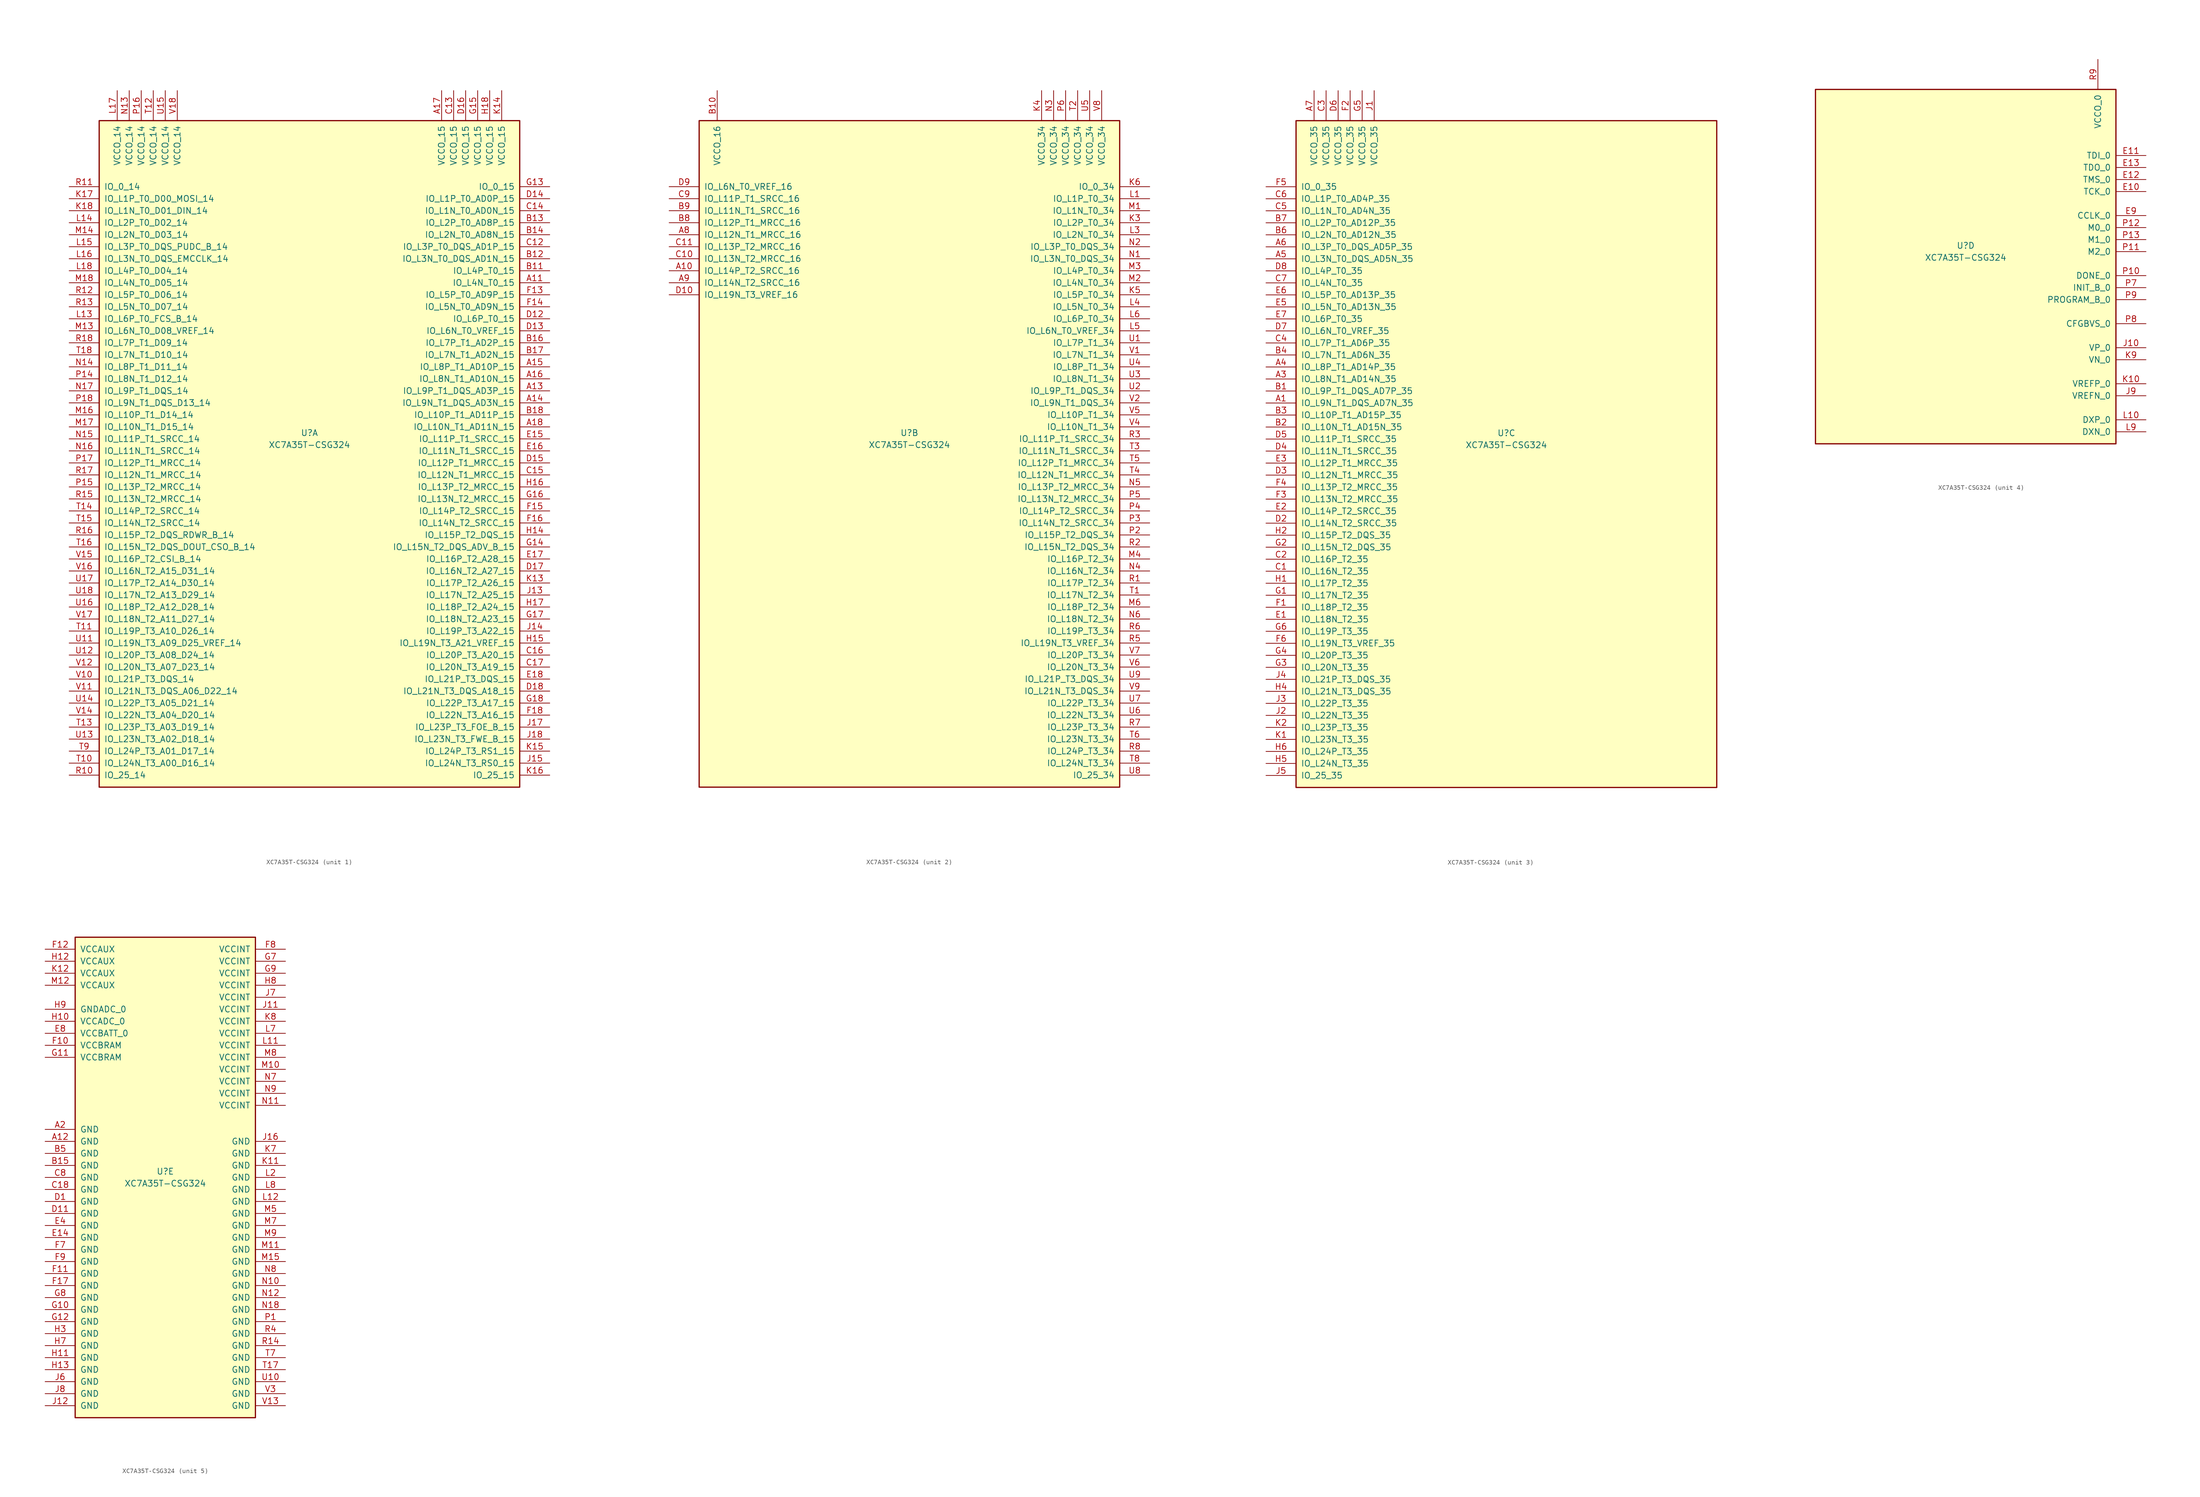
<source format=kicad_sym>
(kicad_symbol_lib
  (version 20211014)
  (generator kicad_symbol_editor)
  (symbol "XC7A35T-CSG324"
    (pin_names
      (offset 1.016))
    (property "Reference" "U"
      (at 0 1.27 0)
      (effects (font (size 1.27 1.27))))
    (property "Value" "XC7A35T-CSG324"
      (at 0 -1.27 0)
      (effects (font (size 1.27 1.27))))
    (property "Datasheet" ""
      (at 0 0 0)
      (effects (font (size 1.27 1.27))))
    (property "ki_locked" ""
      (at 0 0 0)
      (effects (font (size 1.27 1.27))))
    (symbol "XC7A35T-CSG324_1_1"
      (rectangle (start -44.45 67.31) (end 44.45 -73.66) (stroke (width 0.254) (type default) (color 0 0 0 0)) (fill (type background)))
      (pin bidirectional line (at 50.8 33.02 180) (length 6.35) (name "IO_L4N_T0_15" (effects (font (size 1.27 1.27)))) (number "A11" (effects (font (size 1.27 1.27)))))
      (pin bidirectional line (at 50.8 10.16 180) (length 6.35) (name "IO_L9P_T1_DQS_AD3P_15" (effects (font (size 1.27 1.27)))) (number "A13" (effects (font (size 1.27 1.27)))))
      (pin bidirectional line (at 50.8 7.62 180) (length 6.35) (name "IO_L9N_T1_DQS_AD3N_15" (effects (font (size 1.27 1.27)))) (number "A14" (effects (font (size 1.27 1.27)))))
      (pin bidirectional line (at 50.8 15.24 180) (length 6.35) (name "IO_L8P_T1_AD10P_15" (effects (font (size 1.27 1.27)))) (number "A15" (effects (font (size 1.27 1.27)))))
      (pin bidirectional line (at 50.8 12.7 180) (length 6.35) (name "IO_L8N_T1_AD10N_15" (effects (font (size 1.27 1.27)))) (number "A16" (effects (font (size 1.27 1.27)))))
      (pin power_in line (at 27.94 73.66 270) (length 6.35) (name "VCCO_15" (effects (font (size 1.27 1.27)))) (number "A17" (effects (font (size 1.27 1.27)))))
      (pin bidirectional line (at 50.8 2.54 180) (length 6.35) (name "IO_L10N_T1_AD11N_15" (effects (font (size 1.27 1.27)))) (number "A18" (effects (font (size 1.27 1.27)))))
      (pin bidirectional line (at 50.8 35.56 180) (length 6.35) (name "IO_L4P_T0_15" (effects (font (size 1.27 1.27)))) (number "B11" (effects (font (size 1.27 1.27)))))
      (pin bidirectional line (at 50.8 38.1 180) (length 6.35) (name "IO_L3N_T0_DQS_AD1N_15" (effects (font (size 1.27 1.27)))) (number "B12" (effects (font (size 1.27 1.27)))))
      (pin bidirectional line (at 50.8 45.72 180) (length 6.35) (name "IO_L2P_T0_AD8P_15" (effects (font (size 1.27 1.27)))) (number "B13" (effects (font (size 1.27 1.27)))))
      (pin bidirectional line (at 50.8 43.18 180) (length 6.35) (name "IO_L2N_T0_AD8N_15" (effects (font (size 1.27 1.27)))) (number "B14" (effects (font (size 1.27 1.27)))))
      (pin bidirectional line (at 50.8 20.32 180) (length 6.35) (name "IO_L7P_T1_AD2P_15" (effects (font (size 1.27 1.27)))) (number "B16" (effects (font (size 1.27 1.27)))))
      (pin bidirectional line (at 50.8 17.78 180) (length 6.35) (name "IO_L7N_T1_AD2N_15" (effects (font (size 1.27 1.27)))) (number "B17" (effects (font (size 1.27 1.27)))))
      (pin bidirectional line (at 50.8 5.08 180) (length 6.35) (name "IO_L10P_T1_AD11P_15" (effects (font (size 1.27 1.27)))) (number "B18" (effects (font (size 1.27 1.27)))))
      (pin bidirectional line (at 50.8 40.64 180) (length 6.35) (name "IO_L3P_T0_DQS_AD1P_15" (effects (font (size 1.27 1.27)))) (number "C12" (effects (font (size 1.27 1.27)))))
      (pin power_in line (at 30.48 73.66 270) (length 6.35) (name "VCCO_15" (effects (font (size 1.27 1.27)))) (number "C13" (effects (font (size 1.27 1.27)))))
      (pin bidirectional line (at 50.8 48.26 180) (length 6.35) (name "IO_L1N_T0_AD0N_15" (effects (font (size 1.27 1.27)))) (number "C14" (effects (font (size 1.27 1.27)))))
      (pin bidirectional line (at 50.8 -7.62 180) (length 6.35) (name "IO_L12N_T1_MRCC_15" (effects (font (size 1.27 1.27)))) (number "C15" (effects (font (size 1.27 1.27)))))
      (pin bidirectional line (at 50.8 -45.72 180) (length 6.35) (name "IO_L20P_T3_A20_15" (effects (font (size 1.27 1.27)))) (number "C16" (effects (font (size 1.27 1.27)))))
      (pin bidirectional line (at 50.8 -48.26 180) (length 6.35) (name "IO_L20N_T3_A19_15" (effects (font (size 1.27 1.27)))) (number "C17" (effects (font (size 1.27 1.27)))))
      (pin bidirectional line (at 50.8 25.4 180) (length 6.35) (name "IO_L6P_T0_15" (effects (font (size 1.27 1.27)))) (number "D12" (effects (font (size 1.27 1.27)))))
      (pin bidirectional line (at 50.8 22.86 180) (length 6.35) (name "IO_L6N_T0_VREF_15" (effects (font (size 1.27 1.27)))) (number "D13" (effects (font (size 1.27 1.27)))))
      (pin bidirectional line (at 50.8 50.8 180) (length 6.35) (name "IO_L1P_T0_AD0P_15" (effects (font (size 1.27 1.27)))) (number "D14" (effects (font (size 1.27 1.27)))))
      (pin bidirectional line (at 50.8 -5.08 180) (length 6.35) (name "IO_L12P_T1_MRCC_15" (effects (font (size 1.27 1.27)))) (number "D15" (effects (font (size 1.27 1.27)))))
      (pin power_in line (at 33.02 73.66 270) (length 6.35) (name "VCCO_15" (effects (font (size 1.27 1.27)))) (number "D16" (effects (font (size 1.27 1.27)))))
      (pin bidirectional line (at 50.8 -27.94 180) (length 6.35) (name "IO_L16N_T2_A27_15" (effects (font (size 1.27 1.27)))) (number "D17" (effects (font (size 1.27 1.27)))))
      (pin bidirectional line (at 50.8 -53.34 180) (length 6.35) (name "IO_L21N_T3_DQS_A18_15" (effects (font (size 1.27 1.27)))) (number "D18" (effects (font (size 1.27 1.27)))))
      (pin bidirectional line (at 50.8 0 180) (length 6.35) (name "IO_L11P_T1_SRCC_15" (effects (font (size 1.27 1.27)))) (number "E15" (effects (font (size 1.27 1.27)))))
      (pin bidirectional line (at 50.8 -2.54 180) (length 6.35) (name "IO_L11N_T1_SRCC_15" (effects (font (size 1.27 1.27)))) (number "E16" (effects (font (size 1.27 1.27)))))
      (pin bidirectional line (at 50.8 -25.4 180) (length 6.35) (name "IO_L16P_T2_A28_15" (effects (font (size 1.27 1.27)))) (number "E17" (effects (font (size 1.27 1.27)))))
      (pin bidirectional line (at 50.8 -50.8 180) (length 6.35) (name "IO_L21P_T3_DQS_15" (effects (font (size 1.27 1.27)))) (number "E18" (effects (font (size 1.27 1.27)))))
      (pin bidirectional line (at 50.8 30.48 180) (length 6.35) (name "IO_L5P_T0_AD9P_15" (effects (font (size 1.27 1.27)))) (number "F13" (effects (font (size 1.27 1.27)))))
      (pin bidirectional line (at 50.8 27.94 180) (length 6.35) (name "IO_L5N_T0_AD9N_15" (effects (font (size 1.27 1.27)))) (number "F14" (effects (font (size 1.27 1.27)))))
      (pin bidirectional line (at 50.8 -15.24 180) (length 6.35) (name "IO_L14P_T2_SRCC_15" (effects (font (size 1.27 1.27)))) (number "F15" (effects (font (size 1.27 1.27)))))
      (pin bidirectional line (at 50.8 -17.78 180) (length 6.35) (name "IO_L14N_T2_SRCC_15" (effects (font (size 1.27 1.27)))) (number "F16" (effects (font (size 1.27 1.27)))))
      (pin bidirectional line (at 50.8 -58.42 180) (length 6.35) (name "IO_L22N_T3_A16_15" (effects (font (size 1.27 1.27)))) (number "F18" (effects (font (size 1.27 1.27)))))
      (pin bidirectional line (at 50.8 53.34 180) (length 6.35) (name "IO_0_15" (effects (font (size 1.27 1.27)))) (number "G13" (effects (font (size 1.27 1.27)))))
      (pin bidirectional line (at 50.8 -22.86 180) (length 6.35) (name "IO_L15N_T2_DQS_ADV_B_15" (effects (font (size 1.27 1.27)))) (number "G14" (effects (font (size 1.27 1.27)))))
      (pin power_in line (at 35.56 73.66 270) (length 6.35) (name "VCCO_15" (effects (font (size 1.27 1.27)))) (number "G15" (effects (font (size 1.27 1.27)))))
      (pin bidirectional line (at 50.8 -12.7 180) (length 6.35) (name "IO_L13N_T2_MRCC_15" (effects (font (size 1.27 1.27)))) (number "G16" (effects (font (size 1.27 1.27)))))
      (pin bidirectional line (at 50.8 -38.1 180) (length 6.35) (name "IO_L18N_T2_A23_15" (effects (font (size 1.27 1.27)))) (number "G17" (effects (font (size 1.27 1.27)))))
      (pin bidirectional line (at 50.8 -55.88 180) (length 6.35) (name "IO_L22P_T3_A17_15" (effects (font (size 1.27 1.27)))) (number "G18" (effects (font (size 1.27 1.27)))))
      (pin bidirectional line (at 50.8 -20.32 180) (length 6.35) (name "IO_L15P_T2_DQS_15" (effects (font (size 1.27 1.27)))) (number "H14" (effects (font (size 1.27 1.27)))))
      (pin bidirectional line (at 50.8 -43.18 180) (length 6.35) (name "IO_L19N_T3_A21_VREF_15" (effects (font (size 1.27 1.27)))) (number "H15" (effects (font (size 1.27 1.27)))))
      (pin bidirectional line (at 50.8 -10.16 180) (length 6.35) (name "IO_L13P_T2_MRCC_15" (effects (font (size 1.27 1.27)))) (number "H16" (effects (font (size 1.27 1.27)))))
      (pin bidirectional line (at 50.8 -35.56 180) (length 6.35) (name "IO_L18P_T2_A24_15" (effects (font (size 1.27 1.27)))) (number "H17" (effects (font (size 1.27 1.27)))))
      (pin power_in line (at 38.1 73.66 270) (length 6.35) (name "VCCO_15" (effects (font (size 1.27 1.27)))) (number "H18" (effects (font (size 1.27 1.27)))))
      (pin bidirectional line (at 50.8 -33.02 180) (length 6.35) (name "IO_L17N_T2_A25_15" (effects (font (size 1.27 1.27)))) (number "J13" (effects (font (size 1.27 1.27)))))
      (pin bidirectional line (at 50.8 -40.64 180) (length 6.35) (name "IO_L19P_T3_A22_15" (effects (font (size 1.27 1.27)))) (number "J14" (effects (font (size 1.27 1.27)))))
      (pin bidirectional line (at 50.8 -68.58 180) (length 6.35) (name "IO_L24N_T3_RS0_15" (effects (font (size 1.27 1.27)))) (number "J15" (effects (font (size 1.27 1.27)))))
      (pin bidirectional line (at 50.8 -60.96 180) (length 6.35) (name "IO_L23P_T3_FOE_B_15" (effects (font (size 1.27 1.27)))) (number "J17" (effects (font (size 1.27 1.27)))))
      (pin bidirectional line (at 50.8 -63.5 180) (length 6.35) (name "IO_L23N_T3_FWE_B_15" (effects (font (size 1.27 1.27)))) (number "J18" (effects (font (size 1.27 1.27)))))
      (pin bidirectional line (at 50.8 -30.48 180) (length 6.35) (name "IO_L17P_T2_A26_15" (effects (font (size 1.27 1.27)))) (number "K13" (effects (font (size 1.27 1.27)))))
      (pin power_in line (at 40.64 73.66 270) (length 6.35) (name "VCCO_15" (effects (font (size 1.27 1.27)))) (number "K14" (effects (font (size 1.27 1.27)))))
      (pin bidirectional line (at 50.8 -66.04 180) (length 6.35) (name "IO_L24P_T3_RS1_15" (effects (font (size 1.27 1.27)))) (number "K15" (effects (font (size 1.27 1.27)))))
      (pin bidirectional line (at 50.8 -71.12 180) (length 6.35) (name "IO_25_15" (effects (font (size 1.27 1.27)))) (number "K16" (effects (font (size 1.27 1.27)))))
      (pin bidirectional line (at -50.8 50.8 0) (length 6.35) (name "IO_L1P_T0_D00_MOSI_14" (effects (font (size 1.27 1.27)))) (number "K17" (effects (font (size 1.27 1.27)))))
      (pin bidirectional line (at -50.8 48.26 0) (length 6.35) (name "IO_L1N_T0_D01_DIN_14" (effects (font (size 1.27 1.27)))) (number "K18" (effects (font (size 1.27 1.27)))))
      (pin bidirectional line (at -50.8 25.4 0) (length 6.35) (name "IO_L6P_T0_FCS_B_14" (effects (font (size 1.27 1.27)))) (number "L13" (effects (font (size 1.27 1.27)))))
      (pin bidirectional line (at -50.8 45.72 0) (length 6.35) (name "IO_L2P_T0_D02_14" (effects (font (size 1.27 1.27)))) (number "L14" (effects (font (size 1.27 1.27)))))
      (pin bidirectional line (at -50.8 40.64 0) (length 6.35) (name "IO_L3P_T0_DQS_PUDC_B_14" (effects (font (size 1.27 1.27)))) (number "L15" (effects (font (size 1.27 1.27)))))
      (pin bidirectional line (at -50.8 38.1 0) (length 6.35) (name "IO_L3N_T0_DQS_EMCCLK_14" (effects (font (size 1.27 1.27)))) (number "L16" (effects (font (size 1.27 1.27)))))
      (pin power_in line (at -40.64 73.66 270) (length 6.35) (name "VCCO_14" (effects (font (size 1.27 1.27)))) (number "L17" (effects (font (size 1.27 1.27)))))
      (pin bidirectional line (at -50.8 35.56 0) (length 6.35) (name "IO_L4P_T0_D04_14" (effects (font (size 1.27 1.27)))) (number "L18" (effects (font (size 1.27 1.27)))))
      (pin bidirectional line (at -50.8 22.86 0) (length 6.35) (name "IO_L6N_T0_D08_VREF_14" (effects (font (size 1.27 1.27)))) (number "M13" (effects (font (size 1.27 1.27)))))
      (pin bidirectional line (at -50.8 43.18 0) (length 6.35) (name "IO_L2N_T0_D03_14" (effects (font (size 1.27 1.27)))) (number "M14" (effects (font (size 1.27 1.27)))))
      (pin bidirectional line (at -50.8 5.08 0) (length 6.35) (name "IO_L10P_T1_D14_14" (effects (font (size 1.27 1.27)))) (number "M16" (effects (font (size 1.27 1.27)))))
      (pin bidirectional line (at -50.8 2.54 0) (length 6.35) (name "IO_L10N_T1_D15_14" (effects (font (size 1.27 1.27)))) (number "M17" (effects (font (size 1.27 1.27)))))
      (pin bidirectional line (at -50.8 33.02 0) (length 6.35) (name "IO_L4N_T0_D05_14" (effects (font (size 1.27 1.27)))) (number "M18" (effects (font (size 1.27 1.27)))))
      (pin power_in line (at -38.1 73.66 270) (length 6.35) (name "VCCO_14" (effects (font (size 1.27 1.27)))) (number "N13" (effects (font (size 1.27 1.27)))))
      (pin bidirectional line (at -50.8 15.24 0) (length 6.35) (name "IO_L8P_T1_D11_14" (effects (font (size 1.27 1.27)))) (number "N14" (effects (font (size 1.27 1.27)))))
      (pin bidirectional line (at -50.8 0 0) (length 6.35) (name "IO_L11P_T1_SRCC_14" (effects (font (size 1.27 1.27)))) (number "N15" (effects (font (size 1.27 1.27)))))
      (pin bidirectional line (at -50.8 -2.54 0) (length 6.35) (name "IO_L11N_T1_SRCC_14" (effects (font (size 1.27 1.27)))) (number "N16" (effects (font (size 1.27 1.27)))))
      (pin bidirectional line (at -50.8 10.16 0) (length 6.35) (name "IO_L9P_T1_DQS_14" (effects (font (size 1.27 1.27)))) (number "N17" (effects (font (size 1.27 1.27)))))
      (pin bidirectional line (at -50.8 12.7 0) (length 6.35) (name "IO_L8N_T1_D12_14" (effects (font (size 1.27 1.27)))) (number "P14" (effects (font (size 1.27 1.27)))))
      (pin bidirectional line (at -50.8 -10.16 0) (length 6.35) (name "IO_L13P_T2_MRCC_14" (effects (font (size 1.27 1.27)))) (number "P15" (effects (font (size 1.27 1.27)))))
      (pin power_in line (at -35.56 73.66 270) (length 6.35) (name "VCCO_14" (effects (font (size 1.27 1.27)))) (number "P16" (effects (font (size 1.27 1.27)))))
      (pin bidirectional line (at -50.8 -5.08 0) (length 6.35) (name "IO_L12P_T1_MRCC_14" (effects (font (size 1.27 1.27)))) (number "P17" (effects (font (size 1.27 1.27)))))
      (pin bidirectional line (at -50.8 7.62 0) (length 6.35) (name "IO_L9N_T1_DQS_D13_14" (effects (font (size 1.27 1.27)))) (number "P18" (effects (font (size 1.27 1.27)))))
      (pin bidirectional line (at -50.8 -71.12 0) (length 6.35) (name "IO_25_14" (effects (font (size 1.27 1.27)))) (number "R10" (effects (font (size 1.27 1.27)))))
      (pin bidirectional line (at -50.8 53.34 0) (length 6.35) (name "IO_0_14" (effects (font (size 1.27 1.27)))) (number "R11" (effects (font (size 1.27 1.27)))))
      (pin bidirectional line (at -50.8 30.48 0) (length 6.35) (name "IO_L5P_T0_D06_14" (effects (font (size 1.27 1.27)))) (number "R12" (effects (font (size 1.27 1.27)))))
      (pin bidirectional line (at -50.8 27.94 0) (length 6.35) (name "IO_L5N_T0_D07_14" (effects (font (size 1.27 1.27)))) (number "R13" (effects (font (size 1.27 1.27)))))
      (pin bidirectional line (at -50.8 -12.7 0) (length 6.35) (name "IO_L13N_T2_MRCC_14" (effects (font (size 1.27 1.27)))) (number "R15" (effects (font (size 1.27 1.27)))))
      (pin bidirectional line (at -50.8 -20.32 0) (length 6.35) (name "IO_L15P_T2_DQS_RDWR_B_14" (effects (font (size 1.27 1.27)))) (number "R16" (effects (font (size 1.27 1.27)))))
      (pin bidirectional line (at -50.8 -7.62 0) (length 6.35) (name "IO_L12N_T1_MRCC_14" (effects (font (size 1.27 1.27)))) (number "R17" (effects (font (size 1.27 1.27)))))
      (pin bidirectional line (at -50.8 20.32 0) (length 6.35) (name "IO_L7P_T1_D09_14" (effects (font (size 1.27 1.27)))) (number "R18" (effects (font (size 1.27 1.27)))))
      (pin bidirectional line (at -50.8 -68.58 0) (length 6.35) (name "IO_L24N_T3_A00_D16_14" (effects (font (size 1.27 1.27)))) (number "T10" (effects (font (size 1.27 1.27)))))
      (pin bidirectional line (at -50.8 -40.64 0) (length 6.35) (name "IO_L19P_T3_A10_D26_14" (effects (font (size 1.27 1.27)))) (number "T11" (effects (font (size 1.27 1.27)))))
      (pin power_in line (at -33.02 73.66 270) (length 6.35) (name "VCCO_14" (effects (font (size 1.27 1.27)))) (number "T12" (effects (font (size 1.27 1.27)))))
      (pin bidirectional line (at -50.8 -60.96 0) (length 6.35) (name "IO_L23P_T3_A03_D19_14" (effects (font (size 1.27 1.27)))) (number "T13" (effects (font (size 1.27 1.27)))))
      (pin bidirectional line (at -50.8 -15.24 0) (length 6.35) (name "IO_L14P_T2_SRCC_14" (effects (font (size 1.27 1.27)))) (number "T14" (effects (font (size 1.27 1.27)))))
      (pin bidirectional line (at -50.8 -17.78 0) (length 6.35) (name "IO_L14N_T2_SRCC_14" (effects (font (size 1.27 1.27)))) (number "T15" (effects (font (size 1.27 1.27)))))
      (pin bidirectional line (at -50.8 -22.86 0) (length 6.35) (name "IO_L15N_T2_DQS_DOUT_CSO_B_14" (effects (font (size 1.27 1.27)))) (number "T16" (effects (font (size 1.27 1.27)))))
      (pin bidirectional line (at -50.8 17.78 0) (length 6.35) (name "IO_L7N_T1_D10_14" (effects (font (size 1.27 1.27)))) (number "T18" (effects (font (size 1.27 1.27)))))
      (pin bidirectional line (at -50.8 -66.04 0) (length 6.35) (name "IO_L24P_T3_A01_D17_14" (effects (font (size 1.27 1.27)))) (number "T9" (effects (font (size 1.27 1.27)))))
      (pin bidirectional line (at -50.8 -43.18 0) (length 6.35) (name "IO_L19N_T3_A09_D25_VREF_14" (effects (font (size 1.27 1.27)))) (number "U11" (effects (font (size 1.27 1.27)))))
      (pin bidirectional line (at -50.8 -45.72 0) (length 6.35) (name "IO_L20P_T3_A08_D24_14" (effects (font (size 1.27 1.27)))) (number "U12" (effects (font (size 1.27 1.27)))))
      (pin bidirectional line (at -50.8 -63.5 0) (length 6.35) (name "IO_L23N_T3_A02_D18_14" (effects (font (size 1.27 1.27)))) (number "U13" (effects (font (size 1.27 1.27)))))
      (pin bidirectional line (at -50.8 -55.88 0) (length 6.35) (name "IO_L22P_T3_A05_D21_14" (effects (font (size 1.27 1.27)))) (number "U14" (effects (font (size 1.27 1.27)))))
      (pin power_in line (at -30.48 73.66 270) (length 6.35) (name "VCCO_14" (effects (font (size 1.27 1.27)))) (number "U15" (effects (font (size 1.27 1.27)))))
      (pin bidirectional line (at -50.8 -35.56 0) (length 6.35) (name "IO_L18P_T2_A12_D28_14" (effects (font (size 1.27 1.27)))) (number "U16" (effects (font (size 1.27 1.27)))))
      (pin bidirectional line (at -50.8 -30.48 0) (length 6.35) (name "IO_L17P_T2_A14_D30_14" (effects (font (size 1.27 1.27)))) (number "U17" (effects (font (size 1.27 1.27)))))
      (pin bidirectional line (at -50.8 -33.02 0) (length 6.35) (name "IO_L17N_T2_A13_D29_14" (effects (font (size 1.27 1.27)))) (number "U18" (effects (font (size 1.27 1.27)))))
      (pin bidirectional line (at -50.8 -50.8 0) (length 6.35) (name "IO_L21P_T3_DQS_14" (effects (font (size 1.27 1.27)))) (number "V10" (effects (font (size 1.27 1.27)))))
      (pin bidirectional line (at -50.8 -53.34 0) (length 6.35) (name "IO_L21N_T3_DQS_A06_D22_14" (effects (font (size 1.27 1.27)))) (number "V11" (effects (font (size 1.27 1.27)))))
      (pin bidirectional line (at -50.8 -48.26 0) (length 6.35) (name "IO_L20N_T3_A07_D23_14" (effects (font (size 1.27 1.27)))) (number "V12" (effects (font (size 1.27 1.27)))))
      (pin bidirectional line (at -50.8 -58.42 0) (length 6.35) (name "IO_L22N_T3_A04_D20_14" (effects (font (size 1.27 1.27)))) (number "V14" (effects (font (size 1.27 1.27)))))
      (pin bidirectional line (at -50.8 -25.4 0) (length 6.35) (name "IO_L16P_T2_CSI_B_14" (effects (font (size 1.27 1.27)))) (number "V15" (effects (font (size 1.27 1.27)))))
      (pin bidirectional line (at -50.8 -27.94 0) (length 6.35) (name "IO_L16N_T2_A15_D31_14" (effects (font (size 1.27 1.27)))) (number "V16" (effects (font (size 1.27 1.27)))))
      (pin bidirectional line (at -50.8 -38.1 0) (length 6.35) (name "IO_L18N_T2_A11_D27_14" (effects (font (size 1.27 1.27)))) (number "V17" (effects (font (size 1.27 1.27)))))
      (pin power_in line (at -27.94 73.66 270) (length 6.35) (name "VCCO_14" (effects (font (size 1.27 1.27)))) (number "V18" (effects (font (size 1.27 1.27))))))
    (symbol "XC7A35T-CSG324_2_1"
      (rectangle (start -44.45 67.31) (end 44.45 -73.66) (stroke (width 0.254) (type default) (color 0 0 0 0)) (fill (type background)))
      (pin bidirectional line (at -50.8 35.56 0) (length 6.35) (name "IO_L14P_T2_SRCC_16" (effects (font (size 1.27 1.27)))) (number "A10" (effects (font (size 1.27 1.27)))))
      (pin bidirectional line (at -50.8 43.18 0) (length 6.35) (name "IO_L12N_T1_MRCC_16" (effects (font (size 1.27 1.27)))) (number "A8" (effects (font (size 1.27 1.27)))))
      (pin bidirectional line (at -50.8 33.02 0) (length 6.35) (name "IO_L14N_T2_SRCC_16" (effects (font (size 1.27 1.27)))) (number "A9" (effects (font (size 1.27 1.27)))))
      (pin power_in line (at -40.64 73.66 270) (length 6.35) (name "VCCO_16" (effects (font (size 1.27 1.27)))) (number "B10" (effects (font (size 1.27 1.27)))))
      (pin bidirectional line (at -50.8 45.72 0) (length 6.35) (name "IO_L12P_T1_MRCC_16" (effects (font (size 1.27 1.27)))) (number "B8" (effects (font (size 1.27 1.27)))))
      (pin bidirectional line (at -50.8 48.26 0) (length 6.35) (name "IO_L11N_T1_SRCC_16" (effects (font (size 1.27 1.27)))) (number "B9" (effects (font (size 1.27 1.27)))))
      (pin bidirectional line (at -50.8 38.1 0) (length 6.35) (name "IO_L13N_T2_MRCC_16" (effects (font (size 1.27 1.27)))) (number "C10" (effects (font (size 1.27 1.27)))))
      (pin bidirectional line (at -50.8 40.64 0) (length 6.35) (name "IO_L13P_T2_MRCC_16" (effects (font (size 1.27 1.27)))) (number "C11" (effects (font (size 1.27 1.27)))))
      (pin bidirectional line (at -50.8 50.8 0) (length 6.35) (name "IO_L11P_T1_SRCC_16" (effects (font (size 1.27 1.27)))) (number "C9" (effects (font (size 1.27 1.27)))))
      (pin bidirectional line (at -50.8 30.48 0) (length 6.35) (name "IO_L19N_T3_VREF_16" (effects (font (size 1.27 1.27)))) (number "D10" (effects (font (size 1.27 1.27)))))
      (pin bidirectional line (at -50.8 53.34 0) (length 6.35) (name "IO_L6N_T0_VREF_16" (effects (font (size 1.27 1.27)))) (number "D9" (effects (font (size 1.27 1.27)))))
      (pin bidirectional line (at 50.8 45.72 180) (length 6.35) (name "IO_L2P_T0_34" (effects (font (size 1.27 1.27)))) (number "K3" (effects (font (size 1.27 1.27)))))
      (pin power_in line (at 27.94 73.66 270) (length 6.35) (name "VCCO_34" (effects (font (size 1.27 1.27)))) (number "K4" (effects (font (size 1.27 1.27)))))
      (pin bidirectional line (at 50.8 30.48 180) (length 6.35) (name "IO_L5P_T0_34" (effects (font (size 1.27 1.27)))) (number "K5" (effects (font (size 1.27 1.27)))))
      (pin bidirectional line (at 50.8 53.34 180) (length 6.35) (name "IO_0_34" (effects (font (size 1.27 1.27)))) (number "K6" (effects (font (size 1.27 1.27)))))
      (pin bidirectional line (at 50.8 50.8 180) (length 6.35) (name "IO_L1P_T0_34" (effects (font (size 1.27 1.27)))) (number "L1" (effects (font (size 1.27 1.27)))))
      (pin bidirectional line (at 50.8 43.18 180) (length 6.35) (name "IO_L2N_T0_34" (effects (font (size 1.27 1.27)))) (number "L3" (effects (font (size 1.27 1.27)))))
      (pin bidirectional line (at 50.8 27.94 180) (length 6.35) (name "IO_L5N_T0_34" (effects (font (size 1.27 1.27)))) (number "L4" (effects (font (size 1.27 1.27)))))
      (pin bidirectional line (at 50.8 22.86 180) (length 6.35) (name "IO_L6N_T0_VREF_34" (effects (font (size 1.27 1.27)))) (number "L5" (effects (font (size 1.27 1.27)))))
      (pin bidirectional line (at 50.8 25.4 180) (length 6.35) (name "IO_L6P_T0_34" (effects (font (size 1.27 1.27)))) (number "L6" (effects (font (size 1.27 1.27)))))
      (pin bidirectional line (at 50.8 48.26 180) (length 6.35) (name "IO_L1N_T0_34" (effects (font (size 1.27 1.27)))) (number "M1" (effects (font (size 1.27 1.27)))))
      (pin bidirectional line (at 50.8 33.02 180) (length 6.35) (name "IO_L4N_T0_34" (effects (font (size 1.27 1.27)))) (number "M2" (effects (font (size 1.27 1.27)))))
      (pin bidirectional line (at 50.8 35.56 180) (length 6.35) (name "IO_L4P_T0_34" (effects (font (size 1.27 1.27)))) (number "M3" (effects (font (size 1.27 1.27)))))
      (pin bidirectional line (at 50.8 -25.4 180) (length 6.35) (name "IO_L16P_T2_34" (effects (font (size 1.27 1.27)))) (number "M4" (effects (font (size 1.27 1.27)))))
      (pin bidirectional line (at 50.8 -35.56 180) (length 6.35) (name "IO_L18P_T2_34" (effects (font (size 1.27 1.27)))) (number "M6" (effects (font (size 1.27 1.27)))))
      (pin bidirectional line (at 50.8 38.1 180) (length 6.35) (name "IO_L3N_T0_DQS_34" (effects (font (size 1.27 1.27)))) (number "N1" (effects (font (size 1.27 1.27)))))
      (pin bidirectional line (at 50.8 40.64 180) (length 6.35) (name "IO_L3P_T0_DQS_34" (effects (font (size 1.27 1.27)))) (number "N2" (effects (font (size 1.27 1.27)))))
      (pin power_in line (at 30.48 73.66 270) (length 6.35) (name "VCCO_34" (effects (font (size 1.27 1.27)))) (number "N3" (effects (font (size 1.27 1.27)))))
      (pin bidirectional line (at 50.8 -27.94 180) (length 6.35) (name "IO_L16N_T2_34" (effects (font (size 1.27 1.27)))) (number "N4" (effects (font (size 1.27 1.27)))))
      (pin bidirectional line (at 50.8 -10.16 180) (length 6.35) (name "IO_L13P_T2_MRCC_34" (effects (font (size 1.27 1.27)))) (number "N5" (effects (font (size 1.27 1.27)))))
      (pin bidirectional line (at 50.8 -38.1 180) (length 6.35) (name "IO_L18N_T2_34" (effects (font (size 1.27 1.27)))) (number "N6" (effects (font (size 1.27 1.27)))))
      (pin bidirectional line (at 50.8 -20.32 180) (length 6.35) (name "IO_L15P_T2_DQS_34" (effects (font (size 1.27 1.27)))) (number "P2" (effects (font (size 1.27 1.27)))))
      (pin bidirectional line (at 50.8 -17.78 180) (length 6.35) (name "IO_L14N_T2_SRCC_34" (effects (font (size 1.27 1.27)))) (number "P3" (effects (font (size 1.27 1.27)))))
      (pin bidirectional line (at 50.8 -15.24 180) (length 6.35) (name "IO_L14P_T2_SRCC_34" (effects (font (size 1.27 1.27)))) (number "P4" (effects (font (size 1.27 1.27)))))
      (pin bidirectional line (at 50.8 -12.7 180) (length 6.35) (name "IO_L13N_T2_MRCC_34" (effects (font (size 1.27 1.27)))) (number "P5" (effects (font (size 1.27 1.27)))))
      (pin power_in line (at 33.02 73.66 270) (length 6.35) (name "VCCO_34" (effects (font (size 1.27 1.27)))) (number "P6" (effects (font (size 1.27 1.27)))))
      (pin bidirectional line (at 50.8 -30.48 180) (length 6.35) (name "IO_L17P_T2_34" (effects (font (size 1.27 1.27)))) (number "R1" (effects (font (size 1.27 1.27)))))
      (pin bidirectional line (at 50.8 -22.86 180) (length 6.35) (name "IO_L15N_T2_DQS_34" (effects (font (size 1.27 1.27)))) (number "R2" (effects (font (size 1.27 1.27)))))
      (pin bidirectional line (at 50.8 0 180) (length 6.35) (name "IO_L11P_T1_SRCC_34" (effects (font (size 1.27 1.27)))) (number "R3" (effects (font (size 1.27 1.27)))))
      (pin bidirectional line (at 50.8 -43.18 180) (length 6.35) (name "IO_L19N_T3_VREF_34" (effects (font (size 1.27 1.27)))) (number "R5" (effects (font (size 1.27 1.27)))))
      (pin bidirectional line (at 50.8 -40.64 180) (length 6.35) (name "IO_L19P_T3_34" (effects (font (size 1.27 1.27)))) (number "R6" (effects (font (size 1.27 1.27)))))
      (pin bidirectional line (at 50.8 -60.96 180) (length 6.35) (name "IO_L23P_T3_34" (effects (font (size 1.27 1.27)))) (number "R7" (effects (font (size 1.27 1.27)))))
      (pin bidirectional line (at 50.8 -66.04 180) (length 6.35) (name "IO_L24P_T3_34" (effects (font (size 1.27 1.27)))) (number "R8" (effects (font (size 1.27 1.27)))))
      (pin bidirectional line (at 50.8 -33.02 180) (length 6.35) (name "IO_L17N_T2_34" (effects (font (size 1.27 1.27)))) (number "T1" (effects (font (size 1.27 1.27)))))
      (pin power_in line (at 35.56 73.66 270) (length 6.35) (name "VCCO_34" (effects (font (size 1.27 1.27)))) (number "T2" (effects (font (size 1.27 1.27)))))
      (pin bidirectional line (at 50.8 -2.54 180) (length 6.35) (name "IO_L11N_T1_SRCC_34" (effects (font (size 1.27 1.27)))) (number "T3" (effects (font (size 1.27 1.27)))))
      (pin bidirectional line (at 50.8 -7.62 180) (length 6.35) (name "IO_L12N_T1_MRCC_34" (effects (font (size 1.27 1.27)))) (number "T4" (effects (font (size 1.27 1.27)))))
      (pin bidirectional line (at 50.8 -5.08 180) (length 6.35) (name "IO_L12P_T1_MRCC_34" (effects (font (size 1.27 1.27)))) (number "T5" (effects (font (size 1.27 1.27)))))
      (pin bidirectional line (at 50.8 -63.5 180) (length 6.35) (name "IO_L23N_T3_34" (effects (font (size 1.27 1.27)))) (number "T6" (effects (font (size 1.27 1.27)))))
      (pin bidirectional line (at 50.8 -68.58 180) (length 6.35) (name "IO_L24N_T3_34" (effects (font (size 1.27 1.27)))) (number "T8" (effects (font (size 1.27 1.27)))))
      (pin bidirectional line (at 50.8 20.32 180) (length 6.35) (name "IO_L7P_T1_34" (effects (font (size 1.27 1.27)))) (number "U1" (effects (font (size 1.27 1.27)))))
      (pin bidirectional line (at 50.8 10.16 180) (length 6.35) (name "IO_L9P_T1_DQS_34" (effects (font (size 1.27 1.27)))) (number "U2" (effects (font (size 1.27 1.27)))))
      (pin bidirectional line (at 50.8 12.7 180) (length 6.35) (name "IO_L8N_T1_34" (effects (font (size 1.27 1.27)))) (number "U3" (effects (font (size 1.27 1.27)))))
      (pin bidirectional line (at 50.8 15.24 180) (length 6.35) (name "IO_L8P_T1_34" (effects (font (size 1.27 1.27)))) (number "U4" (effects (font (size 1.27 1.27)))))
      (pin power_in line (at 38.1 73.66 270) (length 6.35) (name "VCCO_34" (effects (font (size 1.27 1.27)))) (number "U5" (effects (font (size 1.27 1.27)))))
      (pin bidirectional line (at 50.8 -58.42 180) (length 6.35) (name "IO_L22N_T3_34" (effects (font (size 1.27 1.27)))) (number "U6" (effects (font (size 1.27 1.27)))))
      (pin bidirectional line (at 50.8 -55.88 180) (length 6.35) (name "IO_L22P_T3_34" (effects (font (size 1.27 1.27)))) (number "U7" (effects (font (size 1.27 1.27)))))
      (pin bidirectional line (at 50.8 -71.12 180) (length 6.35) (name "IO_25_34" (effects (font (size 1.27 1.27)))) (number "U8" (effects (font (size 1.27 1.27)))))
      (pin bidirectional line (at 50.8 -50.8 180) (length 6.35) (name "IO_L21P_T3_DQS_34" (effects (font (size 1.27 1.27)))) (number "U9" (effects (font (size 1.27 1.27)))))
      (pin bidirectional line (at 50.8 17.78 180) (length 6.35) (name "IO_L7N_T1_34" (effects (font (size 1.27 1.27)))) (number "V1" (effects (font (size 1.27 1.27)))))
      (pin bidirectional line (at 50.8 7.62 180) (length 6.35) (name "IO_L9N_T1_DQS_34" (effects (font (size 1.27 1.27)))) (number "V2" (effects (font (size 1.27 1.27)))))
      (pin bidirectional line (at 50.8 2.54 180) (length 6.35) (name "IO_L10N_T1_34" (effects (font (size 1.27 1.27)))) (number "V4" (effects (font (size 1.27 1.27)))))
      (pin bidirectional line (at 50.8 5.08 180) (length 6.35) (name "IO_L10P_T1_34" (effects (font (size 1.27 1.27)))) (number "V5" (effects (font (size 1.27 1.27)))))
      (pin bidirectional line (at 50.8 -48.26 180) (length 6.35) (name "IO_L20N_T3_34" (effects (font (size 1.27 1.27)))) (number "V6" (effects (font (size 1.27 1.27)))))
      (pin bidirectional line (at 50.8 -45.72 180) (length 6.35) (name "IO_L20P_T3_34" (effects (font (size 1.27 1.27)))) (number "V7" (effects (font (size 1.27 1.27)))))
      (pin power_in line (at 40.64 73.66 270) (length 6.35) (name "VCCO_34" (effects (font (size 1.27 1.27)))) (number "V8" (effects (font (size 1.27 1.27)))))
      (pin bidirectional line (at 50.8 -53.34 180) (length 6.35) (name "IO_L21N_T3_DQS_34" (effects (font (size 1.27 1.27)))) (number "V9" (effects (font (size 1.27 1.27))))))
    (symbol "XC7A35T-CSG324_3_1"
      (rectangle (start -44.45 67.31) (end 44.45 -73.66) (stroke (width 0.254) (type default) (color 0 0 0 0)) (fill (type background)))
      (pin bidirectional line (at -50.8 7.62 0) (length 6.35) (name "IO_L9N_T1_DQS_AD7N_35" (effects (font (size 1.27 1.27)))) (number "A1" (effects (font (size 1.27 1.27)))))
      (pin bidirectional line (at -50.8 12.7 0) (length 6.35) (name "IO_L8N_T1_AD14N_35" (effects (font (size 1.27 1.27)))) (number "A3" (effects (font (size 1.27 1.27)))))
      (pin bidirectional line (at -50.8 15.24 0) (length 6.35) (name "IO_L8P_T1_AD14P_35" (effects (font (size 1.27 1.27)))) (number "A4" (effects (font (size 1.27 1.27)))))
      (pin bidirectional line (at -50.8 38.1 0) (length 6.35) (name "IO_L3N_T0_DQS_AD5N_35" (effects (font (size 1.27 1.27)))) (number "A5" (effects (font (size 1.27 1.27)))))
      (pin bidirectional line (at -50.8 40.64 0) (length 6.35) (name "IO_L3P_T0_DQS_AD5P_35" (effects (font (size 1.27 1.27)))) (number "A6" (effects (font (size 1.27 1.27)))))
      (pin power_in line (at -40.64 73.66 270) (length 6.35) (name "VCCO_35" (effects (font (size 1.27 1.27)))) (number "A7" (effects (font (size 1.27 1.27)))))
      (pin bidirectional line (at -50.8 10.16 0) (length 6.35) (name "IO_L9P_T1_DQS_AD7P_35" (effects (font (size 1.27 1.27)))) (number "B1" (effects (font (size 1.27 1.27)))))
      (pin bidirectional line (at -50.8 2.54 0) (length 6.35) (name "IO_L10N_T1_AD15N_35" (effects (font (size 1.27 1.27)))) (number "B2" (effects (font (size 1.27 1.27)))))
      (pin bidirectional line (at -50.8 5.08 0) (length 6.35) (name "IO_L10P_T1_AD15P_35" (effects (font (size 1.27 1.27)))) (number "B3" (effects (font (size 1.27 1.27)))))
      (pin bidirectional line (at -50.8 17.78 0) (length 6.35) (name "IO_L7N_T1_AD6N_35" (effects (font (size 1.27 1.27)))) (number "B4" (effects (font (size 1.27 1.27)))))
      (pin bidirectional line (at -50.8 43.18 0) (length 6.35) (name "IO_L2N_T0_AD12N_35" (effects (font (size 1.27 1.27)))) (number "B6" (effects (font (size 1.27 1.27)))))
      (pin bidirectional line (at -50.8 45.72 0) (length 6.35) (name "IO_L2P_T0_AD12P_35" (effects (font (size 1.27 1.27)))) (number "B7" (effects (font (size 1.27 1.27)))))
      (pin bidirectional line (at -50.8 -27.94 0) (length 6.35) (name "IO_L16N_T2_35" (effects (font (size 1.27 1.27)))) (number "C1" (effects (font (size 1.27 1.27)))))
      (pin bidirectional line (at -50.8 -25.4 0) (length 6.35) (name "IO_L16P_T2_35" (effects (font (size 1.27 1.27)))) (number "C2" (effects (font (size 1.27 1.27)))))
      (pin power_in line (at -38.1 73.66 270) (length 6.35) (name "VCCO_35" (effects (font (size 1.27 1.27)))) (number "C3" (effects (font (size 1.27 1.27)))))
      (pin bidirectional line (at -50.8 20.32 0) (length 6.35) (name "IO_L7P_T1_AD6P_35" (effects (font (size 1.27 1.27)))) (number "C4" (effects (font (size 1.27 1.27)))))
      (pin bidirectional line (at -50.8 48.26 0) (length 6.35) (name "IO_L1N_T0_AD4N_35" (effects (font (size 1.27 1.27)))) (number "C5" (effects (font (size 1.27 1.27)))))
      (pin bidirectional line (at -50.8 50.8 0) (length 6.35) (name "IO_L1P_T0_AD4P_35" (effects (font (size 1.27 1.27)))) (number "C6" (effects (font (size 1.27 1.27)))))
      (pin bidirectional line (at -50.8 33.02 0) (length 6.35) (name "IO_L4N_T0_35" (effects (font (size 1.27 1.27)))) (number "C7" (effects (font (size 1.27 1.27)))))
      (pin bidirectional line (at -50.8 -17.78 0) (length 6.35) (name "IO_L14N_T2_SRCC_35" (effects (font (size 1.27 1.27)))) (number "D2" (effects (font (size 1.27 1.27)))))
      (pin bidirectional line (at -50.8 -7.62 0) (length 6.35) (name "IO_L12N_T1_MRCC_35" (effects (font (size 1.27 1.27)))) (number "D3" (effects (font (size 1.27 1.27)))))
      (pin bidirectional line (at -50.8 -2.54 0) (length 6.35) (name "IO_L11N_T1_SRCC_35" (effects (font (size 1.27 1.27)))) (number "D4" (effects (font (size 1.27 1.27)))))
      (pin bidirectional line (at -50.8 0 0) (length 6.35) (name "IO_L11P_T1_SRCC_35" (effects (font (size 1.27 1.27)))) (number "D5" (effects (font (size 1.27 1.27)))))
      (pin power_in line (at -35.56 73.66 270) (length 6.35) (name "VCCO_35" (effects (font (size 1.27 1.27)))) (number "D6" (effects (font (size 1.27 1.27)))))
      (pin bidirectional line (at -50.8 22.86 0) (length 6.35) (name "IO_L6N_T0_VREF_35" (effects (font (size 1.27 1.27)))) (number "D7" (effects (font (size 1.27 1.27)))))
      (pin bidirectional line (at -50.8 35.56 0) (length 6.35) (name "IO_L4P_T0_35" (effects (font (size 1.27 1.27)))) (number "D8" (effects (font (size 1.27 1.27)))))
      (pin bidirectional line (at -50.8 -38.1 0) (length 6.35) (name "IO_L18N_T2_35" (effects (font (size 1.27 1.27)))) (number "E1" (effects (font (size 1.27 1.27)))))
      (pin bidirectional line (at -50.8 -15.24 0) (length 6.35) (name "IO_L14P_T2_SRCC_35" (effects (font (size 1.27 1.27)))) (number "E2" (effects (font (size 1.27 1.27)))))
      (pin bidirectional line (at -50.8 -5.08 0) (length 6.35) (name "IO_L12P_T1_MRCC_35" (effects (font (size 1.27 1.27)))) (number "E3" (effects (font (size 1.27 1.27)))))
      (pin bidirectional line (at -50.8 27.94 0) (length 6.35) (name "IO_L5N_T0_AD13N_35" (effects (font (size 1.27 1.27)))) (number "E5" (effects (font (size 1.27 1.27)))))
      (pin bidirectional line (at -50.8 30.48 0) (length 6.35) (name "IO_L5P_T0_AD13P_35" (effects (font (size 1.27 1.27)))) (number "E6" (effects (font (size 1.27 1.27)))))
      (pin bidirectional line (at -50.8 25.4 0) (length 6.35) (name "IO_L6P_T0_35" (effects (font (size 1.27 1.27)))) (number "E7" (effects (font (size 1.27 1.27)))))
      (pin bidirectional line (at -50.8 -35.56 0) (length 6.35) (name "IO_L18P_T2_35" (effects (font (size 1.27 1.27)))) (number "F1" (effects (font (size 1.27 1.27)))))
      (pin power_in line (at -33.02 73.66 270) (length 6.35) (name "VCCO_35" (effects (font (size 1.27 1.27)))) (number "F2" (effects (font (size 1.27 1.27)))))
      (pin bidirectional line (at -50.8 -12.7 0) (length 6.35) (name "IO_L13N_T2_MRCC_35" (effects (font (size 1.27 1.27)))) (number "F3" (effects (font (size 1.27 1.27)))))
      (pin bidirectional line (at -50.8 -10.16 0) (length 6.35) (name "IO_L13P_T2_MRCC_35" (effects (font (size 1.27 1.27)))) (number "F4" (effects (font (size 1.27 1.27)))))
      (pin bidirectional line (at -50.8 53.34 0) (length 6.35) (name "IO_0_35" (effects (font (size 1.27 1.27)))) (number "F5" (effects (font (size 1.27 1.27)))))
      (pin bidirectional line (at -50.8 -43.18 0) (length 6.35) (name "IO_L19N_T3_VREF_35" (effects (font (size 1.27 1.27)))) (number "F6" (effects (font (size 1.27 1.27)))))
      (pin bidirectional line (at -50.8 -33.02 0) (length 6.35) (name "IO_L17N_T2_35" (effects (font (size 1.27 1.27)))) (number "G1" (effects (font (size 1.27 1.27)))))
      (pin bidirectional line (at -50.8 -22.86 0) (length 6.35) (name "IO_L15N_T2_DQS_35" (effects (font (size 1.27 1.27)))) (number "G2" (effects (font (size 1.27 1.27)))))
      (pin bidirectional line (at -50.8 -48.26 0) (length 6.35) (name "IO_L20N_T3_35" (effects (font (size 1.27 1.27)))) (number "G3" (effects (font (size 1.27 1.27)))))
      (pin bidirectional line (at -50.8 -45.72 0) (length 6.35) (name "IO_L20P_T3_35" (effects (font (size 1.27 1.27)))) (number "G4" (effects (font (size 1.27 1.27)))))
      (pin power_in line (at -30.48 73.66 270) (length 6.35) (name "VCCO_35" (effects (font (size 1.27 1.27)))) (number "G5" (effects (font (size 1.27 1.27)))))
      (pin bidirectional line (at -50.8 -40.64 0) (length 6.35) (name "IO_L19P_T3_35" (effects (font (size 1.27 1.27)))) (number "G6" (effects (font (size 1.27 1.27)))))
      (pin bidirectional line (at -50.8 -30.48 0) (length 6.35) (name "IO_L17P_T2_35" (effects (font (size 1.27 1.27)))) (number "H1" (effects (font (size 1.27 1.27)))))
      (pin bidirectional line (at -50.8 -20.32 0) (length 6.35) (name "IO_L15P_T2_DQS_35" (effects (font (size 1.27 1.27)))) (number "H2" (effects (font (size 1.27 1.27)))))
      (pin bidirectional line (at -50.8 -53.34 0) (length 6.35) (name "IO_L21N_T3_DQS_35" (effects (font (size 1.27 1.27)))) (number "H4" (effects (font (size 1.27 1.27)))))
      (pin bidirectional line (at -50.8 -68.58 0) (length 6.35) (name "IO_L24N_T3_35" (effects (font (size 1.27 1.27)))) (number "H5" (effects (font (size 1.27 1.27)))))
      (pin bidirectional line (at -50.8 -66.04 0) (length 6.35) (name "IO_L24P_T3_35" (effects (font (size 1.27 1.27)))) (number "H6" (effects (font (size 1.27 1.27)))))
      (pin power_in line (at -27.94 73.66 270) (length 6.35) (name "VCCO_35" (effects (font (size 1.27 1.27)))) (number "J1" (effects (font (size 1.27 1.27)))))
      (pin bidirectional line (at -50.8 -58.42 0) (length 6.35) (name "IO_L22N_T3_35" (effects (font (size 1.27 1.27)))) (number "J2" (effects (font (size 1.27 1.27)))))
      (pin bidirectional line (at -50.8 -55.88 0) (length 6.35) (name "IO_L22P_T3_35" (effects (font (size 1.27 1.27)))) (number "J3" (effects (font (size 1.27 1.27)))))
      (pin bidirectional line (at -50.8 -50.8 0) (length 6.35) (name "IO_L21P_T3_DQS_35" (effects (font (size 1.27 1.27)))) (number "J4" (effects (font (size 1.27 1.27)))))
      (pin bidirectional line (at -50.8 -71.12 0) (length 6.35) (name "IO_25_35" (effects (font (size 1.27 1.27)))) (number "J5" (effects (font (size 1.27 1.27)))))
      (pin bidirectional line (at -50.8 -63.5 0) (length 6.35) (name "IO_L23N_T3_35" (effects (font (size 1.27 1.27)))) (number "K1" (effects (font (size 1.27 1.27)))))
      (pin bidirectional line (at -50.8 -60.96 0) (length 6.35) (name "IO_L23P_T3_35" (effects (font (size 1.27 1.27)))) (number "K2" (effects (font (size 1.27 1.27))))))
    (symbol "XC7A35T-CSG324_4_1"
      (rectangle (start -31.75 34.29) (end 31.75 -40.64) (stroke (width 0.254) (type default) (color 0 0 0 0)) (fill (type background)))
      (pin bidirectional line (at 38.1 12.7 180) (length 6.35) (name "TCK_0" (effects (font (size 1.27 1.27)))) (number "E10" (effects (font (size 1.27 1.27)))))
      (pin bidirectional line (at 38.1 20.32 180) (length 6.35) (name "TDI_0" (effects (font (size 1.27 1.27)))) (number "E11" (effects (font (size 1.27 1.27)))))
      (pin bidirectional line (at 38.1 15.24 180) (length 6.35) (name "TMS_0" (effects (font (size 1.27 1.27)))) (number "E12" (effects (font (size 1.27 1.27)))))
      (pin bidirectional line (at 38.1 17.78 180) (length 6.35) (name "TDO_0" (effects (font (size 1.27 1.27)))) (number "E13" (effects (font (size 1.27 1.27)))))
      (pin bidirectional line (at 38.1 7.62 180) (length 6.35) (name "CCLK_0" (effects (font (size 1.27 1.27)))) (number "E9" (effects (font (size 1.27 1.27)))))
      (pin bidirectional line (at 38.1 -20.32 180) (length 6.35) (name "VP_0" (effects (font (size 1.27 1.27)))) (number "J10" (effects (font (size 1.27 1.27)))))
      (pin bidirectional line (at 38.1 -30.48 180) (length 6.35) (name "VREFN_0" (effects (font (size 1.27 1.27)))) (number "J9" (effects (font (size 1.27 1.27)))))
      (pin bidirectional line (at 38.1 -27.94 180) (length 6.35) (name "VREFP_0" (effects (font (size 1.27 1.27)))) (number "K10" (effects (font (size 1.27 1.27)))))
      (pin bidirectional line (at 38.1 -22.86 180) (length 6.35) (name "VN_0" (effects (font (size 1.27 1.27)))) (number "K9" (effects (font (size 1.27 1.27)))))
      (pin bidirectional line (at 38.1 -35.56 180) (length 6.35) (name "DXP_0" (effects (font (size 1.27 1.27)))) (number "L10" (effects (font (size 1.27 1.27)))))
      (pin bidirectional line (at 38.1 -38.1 180) (length 6.35) (name "DXN_0" (effects (font (size 1.27 1.27)))) (number "L9" (effects (font (size 1.27 1.27)))))
      (pin bidirectional line (at 38.1 -5.08 180) (length 6.35) (name "DONE_0" (effects (font (size 1.27 1.27)))) (number "P10" (effects (font (size 1.27 1.27)))))
      (pin bidirectional line (at 38.1 0 180) (length 6.35) (name "M2_0" (effects (font (size 1.27 1.27)))) (number "P11" (effects (font (size 1.27 1.27)))))
      (pin bidirectional line (at 38.1 5.08 180) (length 6.35) (name "M0_0" (effects (font (size 1.27 1.27)))) (number "P12" (effects (font (size 1.27 1.27)))))
      (pin bidirectional line (at 38.1 2.54 180) (length 6.35) (name "M1_0" (effects (font (size 1.27 1.27)))) (number "P13" (effects (font (size 1.27 1.27)))))
      (pin bidirectional line (at 38.1 -7.62 180) (length 6.35) (name "INIT_B_0" (effects (font (size 1.27 1.27)))) (number "P7" (effects (font (size 1.27 1.27)))))
      (pin bidirectional line (at 38.1 -15.24 180) (length 6.35) (name "CFGBVS_0" (effects (font (size 1.27 1.27)))) (number "P8" (effects (font (size 1.27 1.27)))))
      (pin bidirectional line (at 38.1 -10.16 180) (length 6.35) (name "PROGRAM_B_0" (effects (font (size 1.27 1.27)))) (number "P9" (effects (font (size 1.27 1.27)))))
      (pin power_in line (at 27.94 40.64 270) (length 6.35) (name "VCCO_0" (effects (font (size 1.27 1.27)))) (number "R9" (effects (font (size 1.27 1.27))))))
    (symbol "XC7A35T-CSG324_5_1"
      (rectangle (start -19.05 50.8) (end 19.05 -50.8) (stroke (width 0.254) (type default) (color 0 0 0 0)) (fill (type background)))
      (pin power_in line (at -25.4 7.62 0) (length 6.35) (name "GND" (effects (font (size 1.27 1.27)))) (number "A12" (effects (font (size 1.27 1.27)))))
      (pin power_in line (at -25.4 10.16 0) (length 6.35) (name "GND" (effects (font (size 1.27 1.27)))) (number "A2" (effects (font (size 1.27 1.27)))))
      (pin power_in line (at -25.4 2.54 0) (length 6.35) (name "GND" (effects (font (size 1.27 1.27)))) (number "B15" (effects (font (size 1.27 1.27)))))
      (pin power_in line (at -25.4 5.08 0) (length 6.35) (name "GND" (effects (font (size 1.27 1.27)))) (number "B5" (effects (font (size 1.27 1.27)))))
      (pin power_in line (at -25.4 -2.54 0) (length 6.35) (name "GND" (effects (font (size 1.27 1.27)))) (number "C18" (effects (font (size 1.27 1.27)))))
      (pin power_in line (at -25.4 0 0) (length 6.35) (name "GND" (effects (font (size 1.27 1.27)))) (number "C8" (effects (font (size 1.27 1.27)))))
      (pin power_in line (at -25.4 -5.08 0) (length 6.35) (name "GND" (effects (font (size 1.27 1.27)))) (number "D1" (effects (font (size 1.27 1.27)))))
      (pin power_in line (at -25.4 -7.62 0) (length 6.35) (name "GND" (effects (font (size 1.27 1.27)))) (number "D11" (effects (font (size 1.27 1.27)))))
      (pin power_in line (at -25.4 -12.7 0) (length 6.35) (name "GND" (effects (font (size 1.27 1.27)))) (number "E14" (effects (font (size 1.27 1.27)))))
      (pin power_in line (at -25.4 -10.16 0) (length 6.35) (name "GND" (effects (font (size 1.27 1.27)))) (number "E4" (effects (font (size 1.27 1.27)))))
      (pin power_in line (at -25.4 30.48 0) (length 6.35) (name "VCCBATT_0" (effects (font (size 1.27 1.27)))) (number "E8" (effects (font (size 1.27 1.27)))))
      (pin power_in line (at -25.4 27.94 0) (length 6.35) (name "VCCBRAM" (effects (font (size 1.27 1.27)))) (number "F10" (effects (font (size 1.27 1.27)))))
      (pin power_in line (at -25.4 -20.32 0) (length 6.35) (name "GND" (effects (font (size 1.27 1.27)))) (number "F11" (effects (font (size 1.27 1.27)))))
      (pin power_in line (at -25.4 48.26 0) (length 6.35) (name "VCCAUX" (effects (font (size 1.27 1.27)))) (number "F12" (effects (font (size 1.27 1.27)))))
      (pin power_in line (at -25.4 -22.86 0) (length 6.35) (name "GND" (effects (font (size 1.27 1.27)))) (number "F17" (effects (font (size 1.27 1.27)))))
      (pin power_in line (at -25.4 -15.24 0) (length 6.35) (name "GND" (effects (font (size 1.27 1.27)))) (number "F7" (effects (font (size 1.27 1.27)))))
      (pin power_in line (at 25.4 48.26 180) (length 6.35) (name "VCCINT" (effects (font (size 1.27 1.27)))) (number "F8" (effects (font (size 1.27 1.27)))))
      (pin power_in line (at -25.4 -17.78 0) (length 6.35) (name "GND" (effects (font (size 1.27 1.27)))) (number "F9" (effects (font (size 1.27 1.27)))))
      (pin power_in line (at -25.4 -27.94 0) (length 6.35) (name "GND" (effects (font (size 1.27 1.27)))) (number "G10" (effects (font (size 1.27 1.27)))))
      (pin power_in line (at -25.4 25.4 0) (length 6.35) (name "VCCBRAM" (effects (font (size 1.27 1.27)))) (number "G11" (effects (font (size 1.27 1.27)))))
      (pin power_in line (at -25.4 -30.48 0) (length 6.35) (name "GND" (effects (font (size 1.27 1.27)))) (number "G12" (effects (font (size 1.27 1.27)))))
      (pin power_in line (at 25.4 45.72 180) (length 6.35) (name "VCCINT" (effects (font (size 1.27 1.27)))) (number "G7" (effects (font (size 1.27 1.27)))))
      (pin power_in line (at -25.4 -25.4 0) (length 6.35) (name "GND" (effects (font (size 1.27 1.27)))) (number "G8" (effects (font (size 1.27 1.27)))))
      (pin power_in line (at 25.4 43.18 180) (length 6.35) (name "VCCINT" (effects (font (size 1.27 1.27)))) (number "G9" (effects (font (size 1.27 1.27)))))
      (pin power_in line (at -25.4 33.02 0) (length 6.35) (name "VCCADC_0" (effects (font (size 1.27 1.27)))) (number "H10" (effects (font (size 1.27 1.27)))))
      (pin power_in line (at -25.4 -38.1 0) (length 6.35) (name "GND" (effects (font (size 1.27 1.27)))) (number "H11" (effects (font (size 1.27 1.27)))))
      (pin power_in line (at -25.4 45.72 0) (length 6.35) (name "VCCAUX" (effects (font (size 1.27 1.27)))) (number "H12" (effects (font (size 1.27 1.27)))))
      (pin power_in line (at -25.4 -40.64 0) (length 6.35) (name "GND" (effects (font (size 1.27 1.27)))) (number "H13" (effects (font (size 1.27 1.27)))))
      (pin power_in line (at -25.4 -33.02 0) (length 6.35) (name "GND" (effects (font (size 1.27 1.27)))) (number "H3" (effects (font (size 1.27 1.27)))))
      (pin power_in line (at -25.4 -35.56 0) (length 6.35) (name "GND" (effects (font (size 1.27 1.27)))) (number "H7" (effects (font (size 1.27 1.27)))))
      (pin power_in line (at 25.4 40.64 180) (length 6.35) (name "VCCINT" (effects (font (size 1.27 1.27)))) (number "H8" (effects (font (size 1.27 1.27)))))
      (pin power_in line (at -25.4 35.56 0) (length 6.35) (name "GNDADC_0" (effects (font (size 1.27 1.27)))) (number "H9" (effects (font (size 1.27 1.27)))))
      (pin power_in line (at 25.4 35.56 180) (length 6.35) (name "VCCINT" (effects (font (size 1.27 1.27)))) (number "J11" (effects (font (size 1.27 1.27)))))
      (pin power_in line (at -25.4 -48.26 0) (length 6.35) (name "GND" (effects (font (size 1.27 1.27)))) (number "J12" (effects (font (size 1.27 1.27)))))
      (pin power_in line (at 25.4 7.62 180) (length 6.35) (name "GND" (effects (font (size 1.27 1.27)))) (number "J16" (effects (font (size 1.27 1.27)))))
      (pin power_in line (at -25.4 -43.18 0) (length 6.35) (name "GND" (effects (font (size 1.27 1.27)))) (number "J6" (effects (font (size 1.27 1.27)))))
      (pin power_in line (at 25.4 38.1 180) (length 6.35) (name "VCCINT" (effects (font (size 1.27 1.27)))) (number "J7" (effects (font (size 1.27 1.27)))))
      (pin power_in line (at -25.4 -45.72 0) (length 6.35) (name "GND" (effects (font (size 1.27 1.27)))) (number "J8" (effects (font (size 1.27 1.27)))))
      (pin power_in line (at 25.4 2.54 180) (length 6.35) (name "GND" (effects (font (size 1.27 1.27)))) (number "K11" (effects (font (size 1.27 1.27)))))
      (pin power_in line (at -25.4 43.18 0) (length 6.35) (name "VCCAUX" (effects (font (size 1.27 1.27)))) (number "K12" (effects (font (size 1.27 1.27)))))
      (pin power_in line (at 25.4 5.08 180) (length 6.35) (name "GND" (effects (font (size 1.27 1.27)))) (number "K7" (effects (font (size 1.27 1.27)))))
      (pin power_in line (at 25.4 33.02 180) (length 6.35) (name "VCCINT" (effects (font (size 1.27 1.27)))) (number "K8" (effects (font (size 1.27 1.27)))))
      (pin power_in line (at 25.4 27.94 180) (length 6.35) (name "VCCINT" (effects (font (size 1.27 1.27)))) (number "L11" (effects (font (size 1.27 1.27)))))
      (pin power_in line (at 25.4 -5.08 180) (length 6.35) (name "GND" (effects (font (size 1.27 1.27)))) (number "L12" (effects (font (size 1.27 1.27)))))
      (pin power_in line (at 25.4 0 180) (length 6.35) (name "GND" (effects (font (size 1.27 1.27)))) (number "L2" (effects (font (size 1.27 1.27)))))
      (pin power_in line (at 25.4 30.48 180) (length 6.35) (name "VCCINT" (effects (font (size 1.27 1.27)))) (number "L7" (effects (font (size 1.27 1.27)))))
      (pin power_in line (at 25.4 -2.54 180) (length 6.35) (name "GND" (effects (font (size 1.27 1.27)))) (number "L8" (effects (font (size 1.27 1.27)))))
      (pin power_in line (at 25.4 22.86 180) (length 6.35) (name "VCCINT" (effects (font (size 1.27 1.27)))) (number "M10" (effects (font (size 1.27 1.27)))))
      (pin power_in line (at 25.4 -15.24 180) (length 6.35) (name "GND" (effects (font (size 1.27 1.27)))) (number "M11" (effects (font (size 1.27 1.27)))))
      (pin power_in line (at -25.4 40.64 0) (length 6.35) (name "VCCAUX" (effects (font (size 1.27 1.27)))) (number "M12" (effects (font (size 1.27 1.27)))))
      (pin power_in line (at 25.4 -17.78 180) (length 6.35) (name "GND" (effects (font (size 1.27 1.27)))) (number "M15" (effects (font (size 1.27 1.27)))))
      (pin power_in line (at 25.4 -7.62 180) (length 6.35) (name "GND" (effects (font (size 1.27 1.27)))) (number "M5" (effects (font (size 1.27 1.27)))))
      (pin power_in line (at 25.4 -10.16 180) (length 6.35) (name "GND" (effects (font (size 1.27 1.27)))) (number "M7" (effects (font (size 1.27 1.27)))))
      (pin power_in line (at 25.4 25.4 180) (length 6.35) (name "VCCINT" (effects (font (size 1.27 1.27)))) (number "M8" (effects (font (size 1.27 1.27)))))
      (pin power_in line (at 25.4 -12.7 180) (length 6.35) (name "GND" (effects (font (size 1.27 1.27)))) (number "M9" (effects (font (size 1.27 1.27)))))
      (pin power_in line (at 25.4 -22.86 180) (length 6.35) (name "GND" (effects (font (size 1.27 1.27)))) (number "N10" (effects (font (size 1.27 1.27)))))
      (pin power_in line (at 25.4 15.24 180) (length 6.35) (name "VCCINT" (effects (font (size 1.27 1.27)))) (number "N11" (effects (font (size 1.27 1.27)))))
      (pin power_in line (at 25.4 -25.4 180) (length 6.35) (name "GND" (effects (font (size 1.27 1.27)))) (number "N12" (effects (font (size 1.27 1.27)))))
      (pin power_in line (at 25.4 -27.94 180) (length 6.35) (name "GND" (effects (font (size 1.27 1.27)))) (number "N18" (effects (font (size 1.27 1.27)))))
      (pin power_in line (at 25.4 20.32 180) (length 6.35) (name "VCCINT" (effects (font (size 1.27 1.27)))) (number "N7" (effects (font (size 1.27 1.27)))))
      (pin power_in line (at 25.4 -20.32 180) (length 6.35) (name "GND" (effects (font (size 1.27 1.27)))) (number "N8" (effects (font (size 1.27 1.27)))))
      (pin power_in line (at 25.4 17.78 180) (length 6.35) (name "VCCINT" (effects (font (size 1.27 1.27)))) (number "N9" (effects (font (size 1.27 1.27)))))
      (pin power_in line (at 25.4 -30.48 180) (length 6.35) (name "GND" (effects (font (size 1.27 1.27)))) (number "P1" (effects (font (size 1.27 1.27)))))
      (pin power_in line (at 25.4 -35.56 180) (length 6.35) (name "GND" (effects (font (size 1.27 1.27)))) (number "R14" (effects (font (size 1.27 1.27)))))
      (pin power_in line (at 25.4 -33.02 180) (length 6.35) (name "GND" (effects (font (size 1.27 1.27)))) (number "R4" (effects (font (size 1.27 1.27)))))
      (pin power_in line (at 25.4 -40.64 180) (length 6.35) (name "GND" (effects (font (size 1.27 1.27)))) (number "T17" (effects (font (size 1.27 1.27)))))
      (pin power_in line (at 25.4 -38.1 180) (length 6.35) (name "GND" (effects (font (size 1.27 1.27)))) (number "T7" (effects (font (size 1.27 1.27)))))
      (pin power_in line (at 25.4 -43.18 180) (length 6.35) (name "GND" (effects (font (size 1.27 1.27)))) (number "U10" (effects (font (size 1.27 1.27)))))
      (pin power_in line (at 25.4 -48.26 180) (length 6.35) (name "GND" (effects (font (size 1.27 1.27)))) (number "V13" (effects (font (size 1.27 1.27)))))
      (pin power_in line (at 25.4 -45.72 180) (length 6.35) (name "GND" (effects (font (size 1.27 1.27)))) (number "V3" (effects (font (size 1.27 1.27))))))))
</source>
